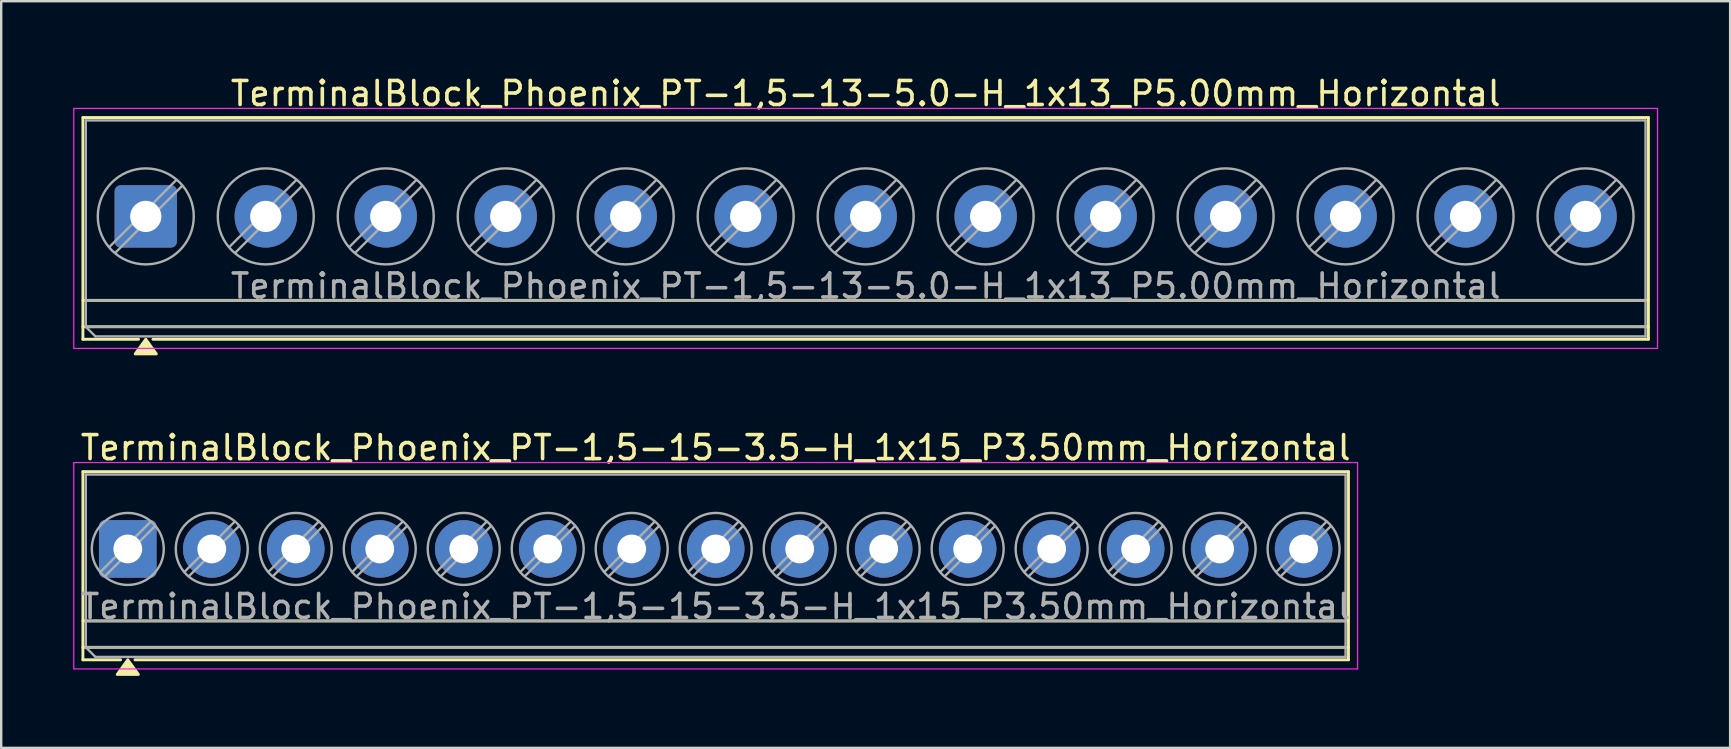
<source format=kicad_pcb>
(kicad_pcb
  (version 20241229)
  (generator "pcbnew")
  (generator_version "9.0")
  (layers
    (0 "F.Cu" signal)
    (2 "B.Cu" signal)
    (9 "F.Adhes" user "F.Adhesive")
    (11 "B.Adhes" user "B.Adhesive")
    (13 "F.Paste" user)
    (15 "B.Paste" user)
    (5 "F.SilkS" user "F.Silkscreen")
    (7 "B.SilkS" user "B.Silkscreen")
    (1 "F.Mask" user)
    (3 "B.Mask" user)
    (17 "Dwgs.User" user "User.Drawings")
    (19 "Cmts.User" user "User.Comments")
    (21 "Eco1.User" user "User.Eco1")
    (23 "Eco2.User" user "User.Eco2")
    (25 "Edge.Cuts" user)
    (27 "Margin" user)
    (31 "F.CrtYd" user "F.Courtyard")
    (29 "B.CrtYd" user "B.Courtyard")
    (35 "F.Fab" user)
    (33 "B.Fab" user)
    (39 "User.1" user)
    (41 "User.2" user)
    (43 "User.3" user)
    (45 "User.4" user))
  (footprint "TerminalBlock_Phoenix_PT-1,5-15-3.5-H_1x15_P3.50mm_Horizontal"
    (layer "F.Cu")
    (at 2.275 19.826)
    (property "Reference" "TerminalBlock_Phoenix_PT-1,5-15-3.5-H_1x15_P3.50mm_Horizontal" (at 24.5 -4.22 0) (layer "F.SilkS") (effects (font (size 1 1) (thickness 0.15))))
    (attr through_hole)
    (fp_line (start -1.87 -3.22) (end 50.87 -3.22) (stroke (width 0.12) (type solid)) (layer "F.SilkS"))
    (fp_line (start -1.87 3) (end 50.87 3) (stroke (width 0.12) (type solid)) (layer "F.SilkS"))
    (fp_line (start -1.87 4.1) (end 50.87 4.1) (stroke (width 0.12) (type solid)) (layer "F.SilkS"))
    (fp_line (start -1.87 4.62) (end -1.87 -3.22) (stroke (width 0.12) (type solid)) (layer "F.SilkS"))
    (fp_line (start -0.3 4.62) (end -1.87 4.62) (stroke (width 0.12) (type solid)) (layer "F.SilkS"))
    (fp_line (start 50.87 -3.22) (end 50.87 4.62) (stroke (width 0.12) (type solid)) (layer "F.SilkS"))
    (fp_line (start 50.87 4.62) (end 0.3 4.62) (stroke (width 0.12) (type solid)) (layer "F.SilkS"))
    (fp_poly (pts (xy 0 4.62) (xy 0.44 5.23) (xy -0.44 5.23)) (stroke (width 0.12) (type solid)) (fill yes) (layer "F.SilkS"))
    (fp_line (start -2.25 -3.6) (end -2.25 5) (stroke (width 0.05) (type solid)) (layer "F.CrtYd"))
    (fp_line (start -2.25 5) (end 51.25 5) (stroke (width 0.05) (type solid)) (layer "F.CrtYd"))
    (fp_line (start 51.25 -3.6) (end -2.25 -3.6) (stroke (width 0.05) (type solid)) (layer "F.CrtYd"))
    (fp_line (start 51.25 5) (end 51.25 -3.6) (stroke (width 0.05) (type solid)) (layer "F.CrtYd"))
    (fp_line (start -1.75 -3.1) (end 50.75 -3.1) (stroke (width 0.1) (type solid)) (layer "F.Fab"))
    (fp_line (start -1.75 3) (end 50.75 3) (stroke (width 0.1) (type solid)) (layer "F.Fab"))
    (fp_line (start -1.75 4.1) (end -1.75 -3.1) (stroke (width 0.1) (type solid)) (layer "F.Fab"))
    (fp_line (start -1.75 4.1) (end 50.75 4.1) (stroke (width 0.1) (type solid)) (layer "F.Fab"))
    (fp_line (start -1.35 4.5) (end -1.75 4.1) (stroke (width 0.1) (type solid)) (layer "F.Fab"))
    (fp_line (start 0.955 -1.138) (end -1.138 0.955) (stroke (width 0.1) (type solid)) (layer "F.Fab"))
    (fp_line (start 1.138 -0.955) (end -0.955 1.138) (stroke (width 0.1) (type solid)) (layer "F.Fab"))
    (fp_line (start 4.455 -1.138) (end 2.362 0.955) (stroke (width 0.1) (type solid)) (layer "F.Fab"))
    (fp_line (start 4.638 -0.955) (end 2.545 1.138) (stroke (width 0.1) (type solid)) (layer "F.Fab"))
    (fp_line (start 7.955 -1.138) (end 5.862 0.955) (stroke (width 0.1) (type solid)) (layer "F.Fab"))
    (fp_line (start 8.138 -0.955) (end 6.045 1.138) (stroke (width 0.1) (type solid)) (layer "F.Fab"))
    (fp_line (start 11.455 -1.138) (end 9.362 0.955) (stroke (width 0.1) (type solid)) (layer "F.Fab"))
    (fp_line (start 11.638 -0.955) (end 9.545 1.138) (stroke (width 0.1) (type solid)) (layer "F.Fab"))
    (fp_line (start 14.955 -1.138) (end 12.862 0.955) (stroke (width 0.1) (type solid)) (layer "F.Fab"))
    (fp_line (start 15.138 -0.955) (end 13.045 1.138) (stroke (width 0.1) (type solid)) (layer "F.Fab"))
    (fp_line (start 18.455 -1.138) (end 16.362 0.955) (stroke (width 0.1) (type solid)) (layer "F.Fab"))
    (fp_line (start 18.638 -0.955) (end 16.545 1.138) (stroke (width 0.1) (type solid)) (layer "F.Fab"))
    (fp_line (start 21.955 -1.138) (end 19.862 0.955) (stroke (width 0.1) (type solid)) (layer "F.Fab"))
    (fp_line (start 22.138 -0.955) (end 20.045 1.138) (stroke (width 0.1) (type solid)) (layer "F.Fab"))
    (fp_line (start 25.455 -1.138) (end 23.362 0.955) (stroke (width 0.1) (type solid)) (layer "F.Fab"))
    (fp_line (start 25.638 -0.955) (end 23.545 1.138) (stroke (width 0.1) (type solid)) (layer "F.Fab"))
    (fp_line (start 28.955 -1.138) (end 26.862 0.955) (stroke (width 0.1) (type solid)) (layer "F.Fab"))
    (fp_line (start 29.138 -0.955) (end 27.045 1.138) (stroke (width 0.1) (type solid)) (layer "F.Fab"))
    (fp_line (start 32.455 -1.138) (end 30.362 0.955) (stroke (width 0.1) (type solid)) (layer "F.Fab"))
    (fp_line (start 32.638 -0.955) (end 30.545 1.138) (stroke (width 0.1) (type solid)) (layer "F.Fab"))
    (fp_line (start 35.955 -1.138) (end 33.862 0.955) (stroke (width 0.1) (type solid)) (layer "F.Fab"))
    (fp_line (start 36.138 -0.955) (end 34.045 1.138) (stroke (width 0.1) (type solid)) (layer "F.Fab"))
    (fp_line (start 39.455 -1.138) (end 37.362 0.955) (stroke (width 0.1) (type solid)) (layer "F.Fab"))
    (fp_line (start 39.638 -0.955) (end 37.545 1.138) (stroke (width 0.1) (type solid)) (layer "F.Fab"))
    (fp_line (start 42.955 -1.138) (end 40.862 0.955) (stroke (width 0.1) (type solid)) (layer "F.Fab"))
    (fp_line (start 43.138 -0.955) (end 41.045 1.138) (stroke (width 0.1) (type solid)) (layer "F.Fab"))
    (fp_line (start 46.455 -1.138) (end 44.362 0.955) (stroke (width 0.1) (type solid)) (layer "F.Fab"))
    (fp_line (start 46.638 -0.955) (end 44.545 1.138) (stroke (width 0.1) (type solid)) (layer "F.Fab"))
    (fp_line (start 49.955 -1.138) (end 47.862 0.955) (stroke (width 0.1) (type solid)) (layer "F.Fab"))
    (fp_line (start 50.138 -0.955) (end 48.045 1.138) (stroke (width 0.1) (type solid)) (layer "F.Fab"))
    (fp_line (start 50.75 -3.1) (end 50.75 4.5) (stroke (width 0.1) (type solid)) (layer "F.Fab"))
    (fp_line (start 50.75 4.5) (end -1.35 4.5) (stroke (width 0.1) (type solid)) (layer "F.Fab"))
    (fp_circle (center 0 0) (end 1.5 0) (stroke (width 0.1) (type solid)) (fill no) (layer "F.Fab"))
    (fp_circle (center 3.5 0) (end 5 0) (stroke (width 0.1) (type solid)) (fill no) (layer "F.Fab"))
    (fp_circle (center 7 0) (end 8.5 0) (stroke (width 0.1) (type solid)) (fill no) (layer "F.Fab"))
    (fp_circle (center 10.5 0) (end 12 0) (stroke (width 0.1) (type solid)) (fill no) (layer "F.Fab"))
    (fp_circle (center 14 0) (end 15.5 0) (stroke (width 0.1) (type solid)) (fill no) (layer "F.Fab"))
    (fp_circle (center 17.5 0) (end 19 0) (stroke (width 0.1) (type solid)) (fill no) (layer "F.Fab"))
    (fp_circle (center 21 0) (end 22.5 0) (stroke (width 0.1) (type solid)) (fill no) (layer "F.Fab"))
    (fp_circle (center 24.5 0) (end 26 0) (stroke (width 0.1) (type solid)) (fill no) (layer "F.Fab"))
    (fp_circle (center 28 0) (end 29.5 0) (stroke (width 0.1) (type solid)) (fill no) (layer "F.Fab"))
    (fp_circle (center 31.5 0) (end 33 0) (stroke (width 0.1) (type solid)) (fill no) (layer "F.Fab"))
    (fp_circle (center 35 0) (end 36.5 0) (stroke (width 0.1) (type solid)) (fill no) (layer "F.Fab"))
    (fp_circle (center 38.5 0) (end 40 0) (stroke (width 0.1) (type solid)) (fill no) (layer "F.Fab"))
    (fp_circle (center 42 0) (end 43.5 0) (stroke (width 0.1) (type solid)) (fill no) (layer "F.Fab"))
    (fp_circle (center 45.5 0) (end 47 0) (stroke (width 0.1) (type solid)) (fill no) (layer "F.Fab"))
    (fp_circle (center 49 0) (end 50.5 0) (stroke (width 0.1) (type solid)) (fill no) (layer "F.Fab"))
    (fp_text user "${REFERENCE}" (at 24.5 2.4 0) (layer "F.Fab") (effects (font (size 1 1) (thickness 0.15))))
    (pad "1" thru_hole roundrect (at 0 0) (size 2.4 2.4) (drill 1.2) (layers "*.Cu" "*.Mask") (roundrect_rratio 0.104))
    (pad "2" thru_hole circle (at 3.5 0) (size 2.4 2.4) (drill 1.2) (layers "*.Cu" "*.Mask"))
    (pad "3" thru_hole circle (at 7 0) (size 2.4 2.4) (drill 1.2) (layers "*.Cu" "*.Mask"))
    (pad "4" thru_hole circle (at 10.5 0) (size 2.4 2.4) (drill 1.2) (layers "*.Cu" "*.Mask"))
    (pad "5" thru_hole circle (at 14 0) (size 2.4 2.4) (drill 1.2) (layers "*.Cu" "*.Mask"))
    (pad "6" thru_hole circle (at 17.5 0) (size 2.4 2.4) (drill 1.2) (layers "*.Cu" "*.Mask"))
    (pad "7" thru_hole circle (at 21 0) (size 2.4 2.4) (drill 1.2) (layers "*.Cu" "*.Mask"))
    (pad "8" thru_hole circle (at 24.5 0) (size 2.4 2.4) (drill 1.2) (layers "*.Cu" "*.Mask"))
    (pad "9" thru_hole circle (at 28 0) (size 2.4 2.4) (drill 1.2) (layers "*.Cu" "*.Mask"))
    (pad "10" thru_hole circle (at 31.5 0) (size 2.4 2.4) (drill 1.2) (layers "*.Cu" "*.Mask"))
    (pad "11" thru_hole circle (at 35 0) (size 2.4 2.4) (drill 1.2) (layers "*.Cu" "*.Mask"))
    (pad "12" thru_hole circle (at 38.5 0) (size 2.4 2.4) (drill 1.2) (layers "*.Cu" "*.Mask"))
    (pad "13" thru_hole circle (at 42 0) (size 2.4 2.4) (drill 1.2) (layers "*.Cu" "*.Mask"))
    (pad "14" thru_hole circle (at 45.5 0) (size 2.4 2.4) (drill 1.2) (layers "*.Cu" "*.Mask"))
    (pad "15" thru_hole circle (at 49 0) (size 2.4 2.4) (drill 1.2) (layers "*.Cu" "*.Mask")))
  (footprint "TerminalBlock_Phoenix_PT-1,5-13-5.0-H_1x13_P5.00mm_Horizontal"
    (layer "F.Cu")
    (at 3.025 5.968)
    (property "Reference" "TerminalBlock_Phoenix_PT-1,5-13-5.0-H_1x13_P5.00mm_Horizontal" (at 30 -5.12 0) (layer "F.SilkS") (effects (font (size 1 1) (thickness 0.15))))
    (attr through_hole)
    (fp_line (start -2.62 -4.12) (end 62.62 -4.12) (stroke (width 0.12) (type solid)) (layer "F.SilkS"))
    (fp_line (start -2.62 3.5) (end 62.62 3.5) (stroke (width 0.12) (type solid)) (layer "F.SilkS"))
    (fp_line (start -2.62 4.6) (end 62.62 4.6) (stroke (width 0.12) (type solid)) (layer "F.SilkS"))
    (fp_line (start -2.62 5.12) (end -2.62 -4.12) (stroke (width 0.12) (type solid)) (layer "F.SilkS"))
    (fp_line (start -0.3 5.12) (end -2.62 5.12) (stroke (width 0.12) (type solid)) (layer "F.SilkS"))
    (fp_line (start 62.62 -4.12) (end 62.62 5.12) (stroke (width 0.12) (type solid)) (layer "F.SilkS"))
    (fp_line (start 62.62 5.12) (end 0.3 5.12) (stroke (width 0.12) (type solid)) (layer "F.SilkS"))
    (fp_poly (pts (xy 0 5.12) (xy 0.44 5.73) (xy -0.44 5.73)) (stroke (width 0.12) (type solid)) (fill yes) (layer "F.SilkS"))
    (fp_line (start -3 -4.5) (end -3 5.5) (stroke (width 0.05) (type solid)) (layer "F.CrtYd"))
    (fp_line (start -3 5.5) (end 63 5.5) (stroke (width 0.05) (type solid)) (layer "F.CrtYd"))
    (fp_line (start 63 -4.5) (end -3 -4.5) (stroke (width 0.05) (type solid)) (layer "F.CrtYd"))
    (fp_line (start 63 5.5) (end 63 -4.5) (stroke (width 0.05) (type solid)) (layer "F.CrtYd"))
    (fp_line (start -2.5 -4) (end 62.5 -4) (stroke (width 0.1) (type solid)) (layer "F.Fab"))
    (fp_line (start -2.5 3.5) (end 62.5 3.5) (stroke (width 0.1) (type solid)) (layer "F.Fab"))
    (fp_line (start -2.5 4.6) (end -2.5 -4) (stroke (width 0.1) (type solid)) (layer "F.Fab"))
    (fp_line (start -2.5 4.6) (end 62.5 4.6) (stroke (width 0.1) (type solid)) (layer "F.Fab"))
    (fp_line (start -2.1 5) (end -2.5 4.6) (stroke (width 0.1) (type solid)) (layer "F.Fab"))
    (fp_line (start 1.273 -1.517) (end -1.517 1.273) (stroke (width 0.1) (type solid)) (layer "F.Fab"))
    (fp_line (start 1.517 -1.273) (end -1.273 1.517) (stroke (width 0.1) (type solid)) (layer "F.Fab"))
    (fp_line (start 6.273 -1.517) (end 3.483 1.273) (stroke (width 0.1) (type solid)) (layer "F.Fab"))
    (fp_line (start 6.517 -1.273) (end 3.727 1.517) (stroke (width 0.1) (type solid)) (layer "F.Fab"))
    (fp_line (start 11.273 -1.517) (end 8.483 1.273) (stroke (width 0.1) (type solid)) (layer "F.Fab"))
    (fp_line (start 11.517 -1.273) (end 8.727 1.517) (stroke (width 0.1) (type solid)) (layer "F.Fab"))
    (fp_line (start 16.273 -1.517) (end 13.483 1.273) (stroke (width 0.1) (type solid)) (layer "F.Fab"))
    (fp_line (start 16.517 -1.273) (end 13.727 1.517) (stroke (width 0.1) (type solid)) (layer "F.Fab"))
    (fp_line (start 21.273 -1.517) (end 18.483 1.273) (stroke (width 0.1) (type solid)) (layer "F.Fab"))
    (fp_line (start 21.517 -1.273) (end 18.727 1.517) (stroke (width 0.1) (type solid)) (layer "F.Fab"))
    (fp_line (start 26.273 -1.517) (end 23.483 1.273) (stroke (width 0.1) (type solid)) (layer "F.Fab"))
    (fp_line (start 26.517 -1.273) (end 23.727 1.517) (stroke (width 0.1) (type solid)) (layer "F.Fab"))
    (fp_line (start 31.273 -1.517) (end 28.483 1.273) (stroke (width 0.1) (type solid)) (layer "F.Fab"))
    (fp_line (start 31.517 -1.273) (end 28.727 1.517) (stroke (width 0.1) (type solid)) (layer "F.Fab"))
    (fp_line (start 36.273 -1.517) (end 33.483 1.273) (stroke (width 0.1) (type solid)) (layer "F.Fab"))
    (fp_line (start 36.517 -1.273) (end 33.727 1.517) (stroke (width 0.1) (type solid)) (layer "F.Fab"))
    (fp_line (start 41.273 -1.517) (end 38.483 1.273) (stroke (width 0.1) (type solid)) (layer "F.Fab"))
    (fp_line (start 41.517 -1.273) (end 38.727 1.517) (stroke (width 0.1) (type solid)) (layer "F.Fab"))
    (fp_line (start 46.273 -1.517) (end 43.483 1.273) (stroke (width 0.1) (type solid)) (layer "F.Fab"))
    (fp_line (start 46.517 -1.273) (end 43.727 1.517) (stroke (width 0.1) (type solid)) (layer "F.Fab"))
    (fp_line (start 51.273 -1.517) (end 48.483 1.273) (stroke (width 0.1) (type solid)) (layer "F.Fab"))
    (fp_line (start 51.517 -1.273) (end 48.727 1.517) (stroke (width 0.1) (type solid)) (layer "F.Fab"))
    (fp_line (start 56.273 -1.517) (end 53.483 1.273) (stroke (width 0.1) (type solid)) (layer "F.Fab"))
    (fp_line (start 56.517 -1.273) (end 53.727 1.517) (stroke (width 0.1) (type solid)) (layer "F.Fab"))
    (fp_line (start 61.273 -1.517) (end 58.483 1.273) (stroke (width 0.1) (type solid)) (layer "F.Fab"))
    (fp_line (start 61.517 -1.273) (end 58.727 1.517) (stroke (width 0.1) (type solid)) (layer "F.Fab"))
    (fp_line (start 62.5 -4) (end 62.5 5) (stroke (width 0.1) (type solid)) (layer "F.Fab"))
    (fp_line (start 62.5 5) (end -2.1 5) (stroke (width 0.1) (type solid)) (layer "F.Fab"))
    (fp_circle (center 0 0) (end 2 0) (stroke (width 0.1) (type solid)) (fill no) (layer "F.Fab"))
    (fp_circle (center 5 0) (end 7 0) (stroke (width 0.1) (type solid)) (fill no) (layer "F.Fab"))
    (fp_circle (center 10 0) (end 12 0) (stroke (width 0.1) (type solid)) (fill no) (layer "F.Fab"))
    (fp_circle (center 15 0) (end 17 0) (stroke (width 0.1) (type solid)) (fill no) (layer "F.Fab"))
    (fp_circle (center 20 0) (end 22 0) (stroke (width 0.1) (type solid)) (fill no) (layer "F.Fab"))
    (fp_circle (center 25 0) (end 27 0) (stroke (width 0.1) (type solid)) (fill no) (layer "F.Fab"))
    (fp_circle (center 30 0) (end 32 0) (stroke (width 0.1) (type solid)) (fill no) (layer "F.Fab"))
    (fp_circle (center 35 0) (end 37 0) (stroke (width 0.1) (type solid)) (fill no) (layer "F.Fab"))
    (fp_circle (center 40 0) (end 42 0) (stroke (width 0.1) (type solid)) (fill no) (layer "F.Fab"))
    (fp_circle (center 45 0) (end 47 0) (stroke (width 0.1) (type solid)) (fill no) (layer "F.Fab"))
    (fp_circle (center 50 0) (end 52 0) (stroke (width 0.1) (type solid)) (fill no) (layer "F.Fab"))
    (fp_circle (center 55 0) (end 57 0) (stroke (width 0.1) (type solid)) (fill no) (layer "F.Fab"))
    (fp_circle (center 60 0) (end 62 0) (stroke (width 0.1) (type solid)) (fill no) (layer "F.Fab"))
    (fp_text user "${REFERENCE}" (at 30 2.9 0) (layer "F.Fab") (effects (font (size 1 1) (thickness 0.15))))
    (pad "1" thru_hole roundrect (at 0 0) (size 2.6 2.6) (drill 1.3) (layers "*.Cu" "*.Mask") (roundrect_rratio 0.096))
    (pad "2" thru_hole circle (at 5 0) (size 2.6 2.6) (drill 1.3) (layers "*.Cu" "*.Mask"))
    (pad "3" thru_hole circle (at 10 0) (size 2.6 2.6) (drill 1.3) (layers "*.Cu" "*.Mask"))
    (pad "4" thru_hole circle (at 15 0) (size 2.6 2.6) (drill 1.3) (layers "*.Cu" "*.Mask"))
    (pad "5" thru_hole circle (at 20 0) (size 2.6 2.6) (drill 1.3) (layers "*.Cu" "*.Mask"))
    (pad "6" thru_hole circle (at 25 0) (size 2.6 2.6) (drill 1.3) (layers "*.Cu" "*.Mask"))
    (pad "7" thru_hole circle (at 30 0) (size 2.6 2.6) (drill 1.3) (layers "*.Cu" "*.Mask"))
    (pad "8" thru_hole circle (at 35 0) (size 2.6 2.6) (drill 1.3) (layers "*.Cu" "*.Mask"))
    (pad "9" thru_hole circle (at 40 0) (size 2.6 2.6) (drill 1.3) (layers "*.Cu" "*.Mask"))
    (pad "10" thru_hole circle (at 45 0) (size 2.6 2.6) (drill 1.3) (layers "*.Cu" "*.Mask"))
    (pad "11" thru_hole circle (at 50 0) (size 2.6 2.6) (drill 1.3) (layers "*.Cu" "*.Mask"))
    (pad "12" thru_hole circle (at 55 0) (size 2.6 2.6) (drill 1.3) (layers "*.Cu" "*.Mask"))
    (pad "13" thru_hole circle (at 60 0) (size 2.6 2.6) (drill 1.3) (layers "*.Cu" "*.Mask")))
  (gr_rect
    (start -3 -3)
    (end 69.05 28.116)
    (stroke (width 0.1) (type default))
    (fill no)
    (layer "Edge.Cuts")))
</source>
